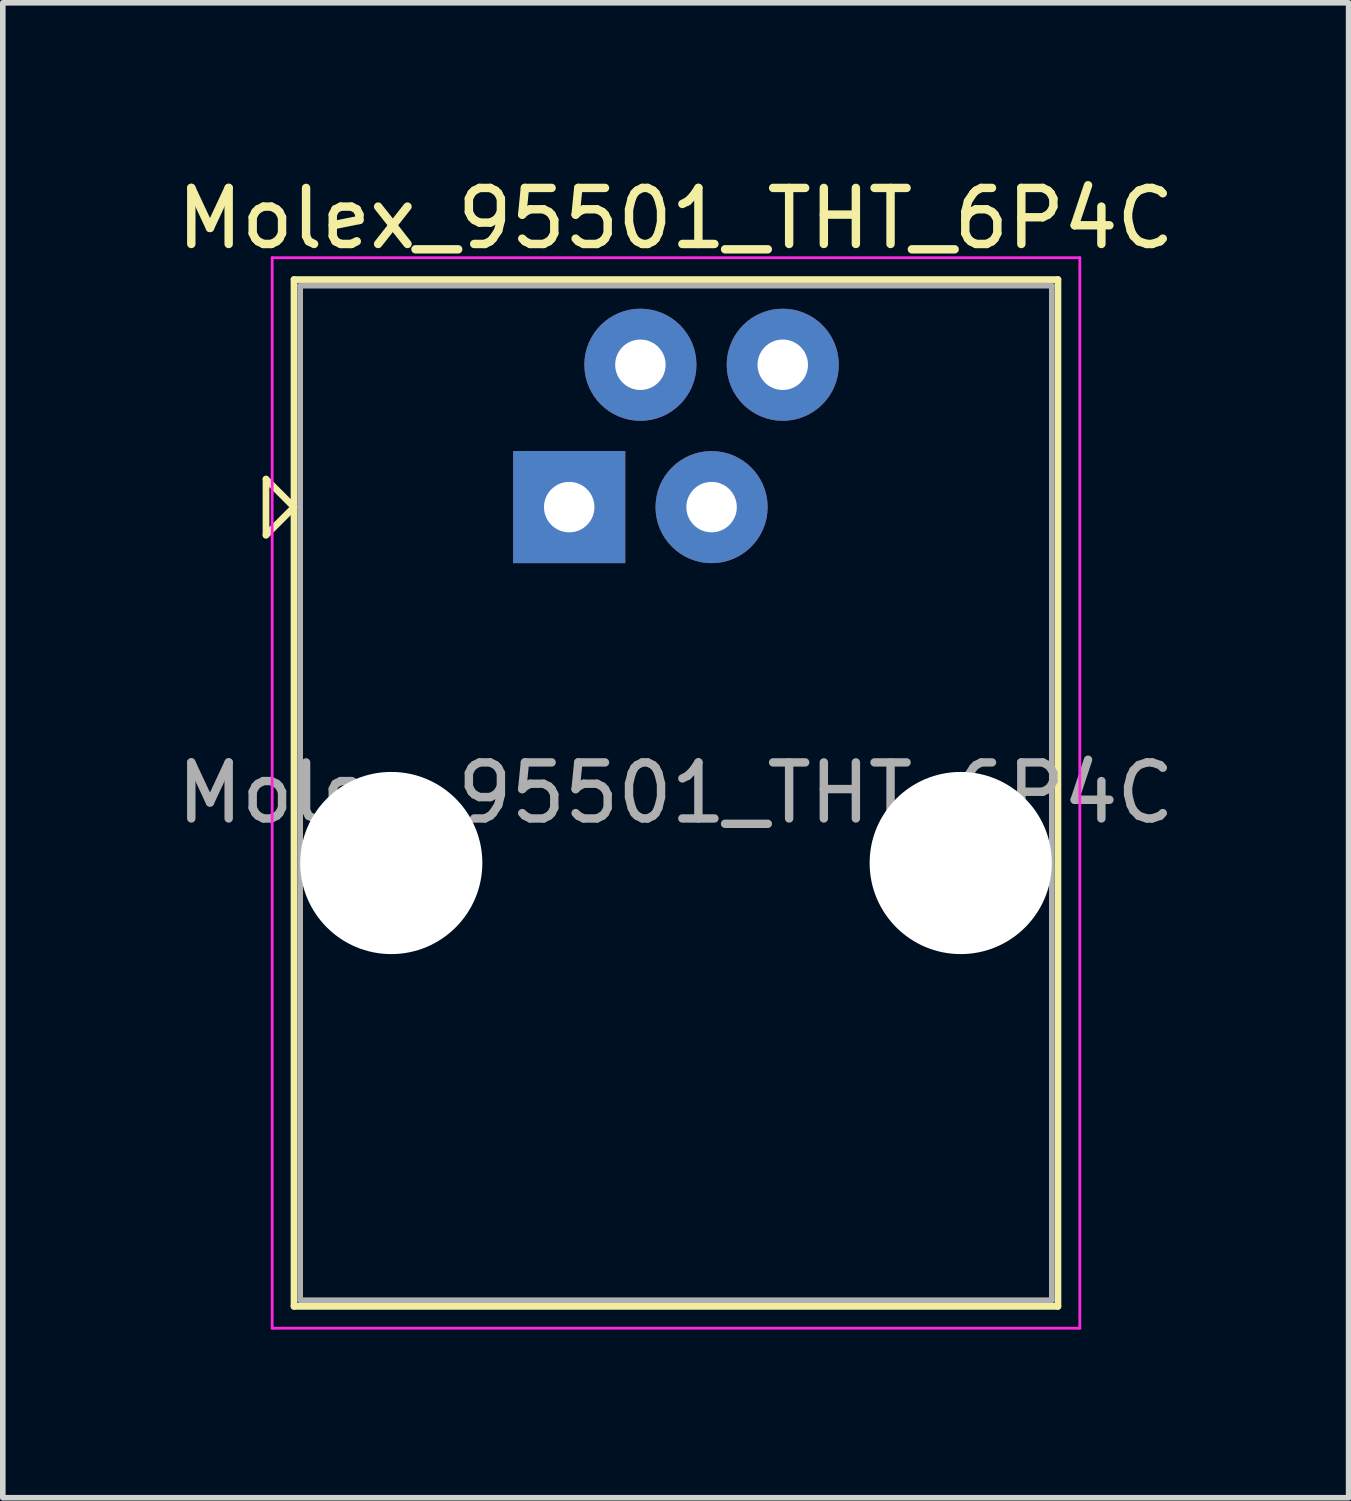
<source format=kicad_pcb>
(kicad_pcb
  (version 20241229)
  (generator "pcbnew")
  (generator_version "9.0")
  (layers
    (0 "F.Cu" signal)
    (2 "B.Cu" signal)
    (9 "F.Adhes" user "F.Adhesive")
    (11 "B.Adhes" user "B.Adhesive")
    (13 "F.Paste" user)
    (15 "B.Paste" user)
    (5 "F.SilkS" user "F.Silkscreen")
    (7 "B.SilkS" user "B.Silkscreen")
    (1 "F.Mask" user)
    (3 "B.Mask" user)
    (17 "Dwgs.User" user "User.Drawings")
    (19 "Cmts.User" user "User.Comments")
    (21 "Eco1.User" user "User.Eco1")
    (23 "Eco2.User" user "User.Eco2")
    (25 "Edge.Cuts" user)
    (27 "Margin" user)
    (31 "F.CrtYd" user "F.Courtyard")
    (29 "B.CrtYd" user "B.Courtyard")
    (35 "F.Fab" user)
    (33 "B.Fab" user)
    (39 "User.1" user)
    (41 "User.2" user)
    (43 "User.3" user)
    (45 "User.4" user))
  (footprint "Molex_95501_THT_6P4C"
    (layer "F.Cu")
    (at 7.106 5.998)
    (property "Reference" "Molex_95501_THT_6P4C" (at 1.9 -5.15 0) (layer "F.SilkS") (effects (font (size 1 1) (thickness 0.15))))
    (attr through_hole)
    (fp_line (start -5.41 -0.5) (end -5.41 0.5) (stroke (width 0.12) (type solid)) (layer "F.SilkS"))
    (fp_line (start -5.41 0.5) (end -4.91 0) (stroke (width 0.12) (type solid)) (layer "F.SilkS"))
    (fp_line (start -4.91 -4.06) (end -4.91 14.26) (stroke (width 0.12) (type solid)) (layer "F.SilkS"))
    (fp_line (start -4.91 0) (end -5.41 -0.5) (stroke (width 0.12) (type solid)) (layer "F.SilkS"))
    (fp_line (start -4.91 14.26) (end 8.72 14.26) (stroke (width 0.12) (type solid)) (layer "F.SilkS"))
    (fp_line (start 8.72 -4.06) (end -4.91 -4.06) (stroke (width 0.12) (type solid)) (layer "F.SilkS"))
    (fp_line (start 8.72 14.26) (end 8.72 -4.06) (stroke (width 0.12) (type solid)) (layer "F.SilkS"))
    (fp_line (start -5.3 -4.45) (end -5.3 14.65) (stroke (width 0.05) (type solid)) (layer "F.CrtYd"))
    (fp_line (start -5.3 14.65) (end 9.11 14.65) (stroke (width 0.05) (type solid)) (layer "F.CrtYd"))
    (fp_line (start 9.11 -4.45) (end -5.3 -4.45) (stroke (width 0.05) (type solid)) (layer "F.CrtYd"))
    (fp_line (start 9.11 14.65) (end 9.11 -4.45) (stroke (width 0.05) (type solid)) (layer "F.CrtYd"))
    (fp_line (start -4.8 -3.95) (end -4.8 14.15) (stroke (width 0.1) (type solid)) (layer "F.Fab"))
    (fp_line (start -4.8 14.15) (end 8.61 14.15) (stroke (width 0.1) (type solid)) (layer "F.Fab"))
    (fp_line (start 8.61 -3.95) (end -4.8 -3.95) (stroke (width 0.1) (type solid)) (layer "F.Fab"))
    (fp_line (start 8.61 14.15) (end 8.61 -3.95) (stroke (width 0.1) (type solid)) (layer "F.Fab"))
    (fp_text user "${REFERENCE}" (at 1.9 5.1 0) (layer "F.Fab") (effects (font (size 1 1) (thickness 0.15))))
    (pad "" np_thru_hole circle (at -3.175 6.35) (size 3.25 3.25) (drill 3.25) (layers "*.Cu" "*.Mask"))
    (pad "" np_thru_hole circle (at 6.985 6.35) (size 3.25 3.25) (drill 3.25) (layers "*.Cu" "*.Mask"))
    (pad "1" thru_hole rect (at 0 0) (size 2 2) (drill 0.9) (layers "*.Cu" "*.Mask"))
    (pad "2" thru_hole circle (at 1.27 -2.54) (size 2 2) (drill 0.9) (layers "*.Cu" "*.Mask"))
    (pad "3" thru_hole circle (at 2.54 0) (size 2 2) (drill 0.9) (layers "*.Cu" "*.Mask"))
    (pad "4" thru_hole circle (at 3.81 -2.54) (size 2 2) (drill 0.9) (layers "*.Cu" "*.Mask")))
  (gr_rect
    (start -3 -3)
    (end 21.012 23.673)
    (stroke (width 0.1) (type default))
    (fill no)
    (layer "Edge.Cuts")))
</source>
